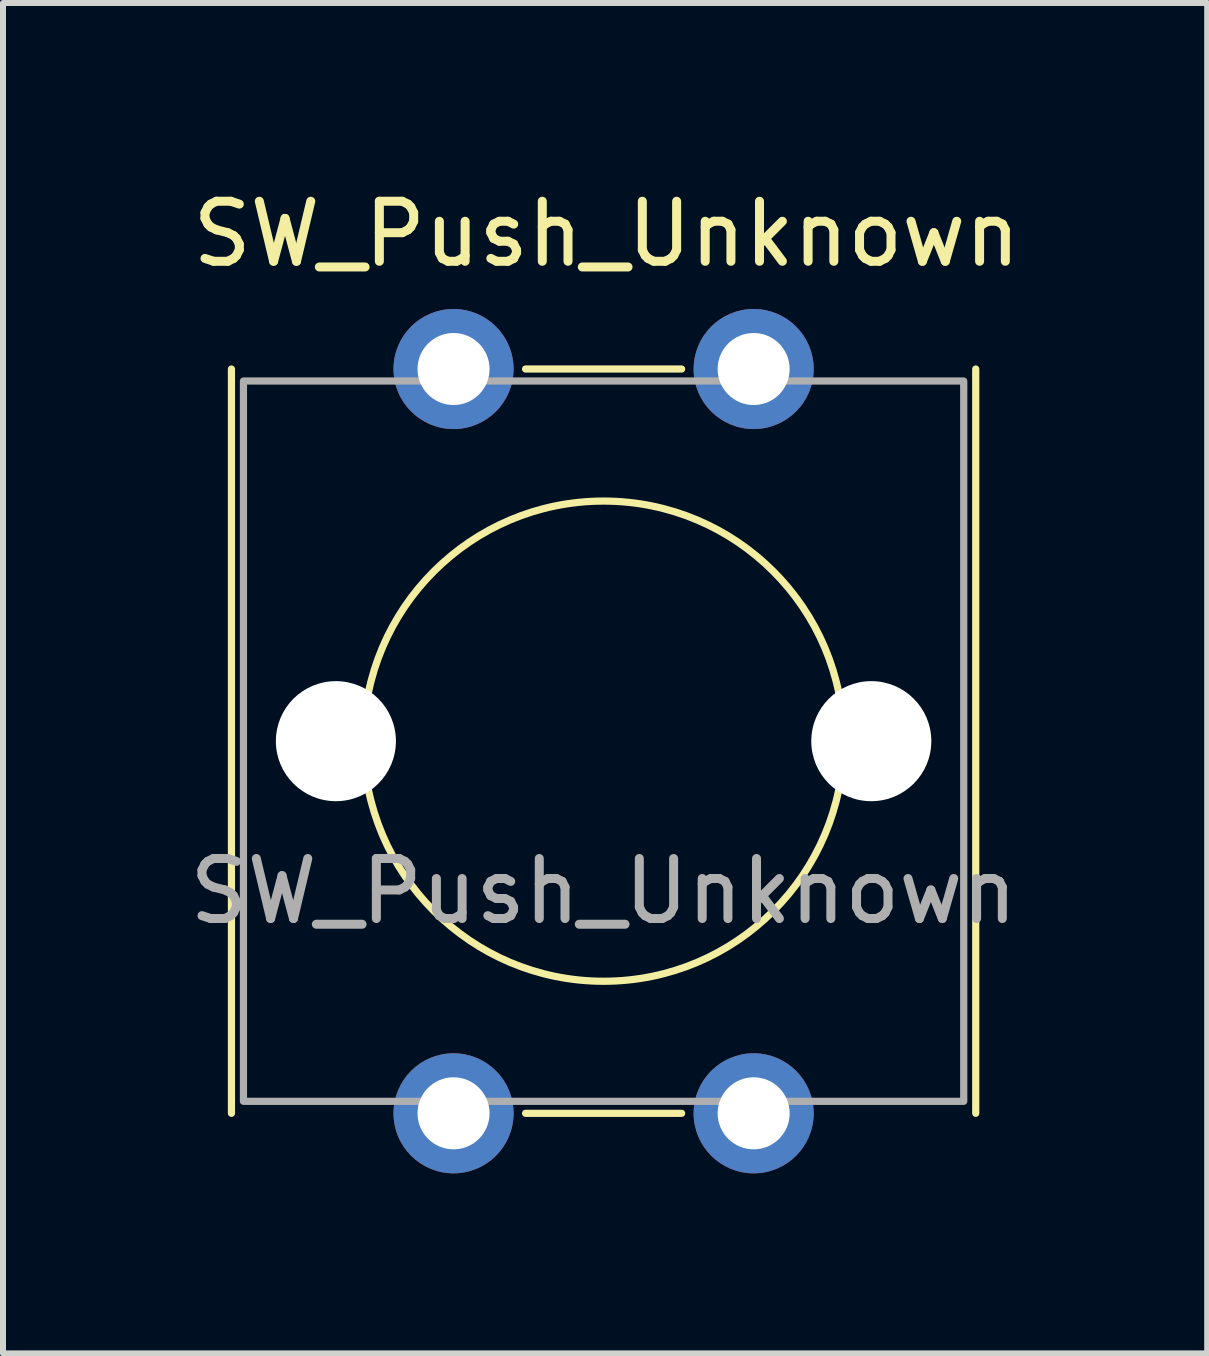
<source format=kicad_pcb>
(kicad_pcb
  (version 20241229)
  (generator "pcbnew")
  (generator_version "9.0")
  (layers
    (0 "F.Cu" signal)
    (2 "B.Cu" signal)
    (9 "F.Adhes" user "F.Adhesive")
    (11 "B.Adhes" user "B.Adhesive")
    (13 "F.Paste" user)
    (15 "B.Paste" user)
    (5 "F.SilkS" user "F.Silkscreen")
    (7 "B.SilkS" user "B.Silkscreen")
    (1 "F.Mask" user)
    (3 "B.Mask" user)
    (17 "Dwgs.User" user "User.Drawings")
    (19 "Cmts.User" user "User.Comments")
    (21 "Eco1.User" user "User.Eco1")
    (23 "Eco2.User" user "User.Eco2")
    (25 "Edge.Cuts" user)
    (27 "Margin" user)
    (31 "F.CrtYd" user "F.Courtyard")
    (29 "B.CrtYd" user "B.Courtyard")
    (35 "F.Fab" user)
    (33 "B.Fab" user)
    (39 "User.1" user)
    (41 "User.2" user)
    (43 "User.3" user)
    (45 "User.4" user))
  (footprint "SW_Push_Unknown"
    (layer "F.Cu")
    (at 7.006 9.298)
    (property "Reference" "SW_Push_Unknown" (at 0.05 -8.45 0) (unlocked yes) (layer "F.SilkS") (effects (font (size 1 1) (thickness 0.15))))
    (attr through_hole)
    (fp_line (start -6.2 -6.2) (end -6.2 6.2) (stroke (width 0.12) (type solid)) (layer "F.SilkS"))
    (fp_line (start -1.3 -6.2) (end 1.3 -6.2) (stroke (width 0.12) (type solid)) (layer "F.SilkS"))
    (fp_line (start -1.3 6.2) (end 1.3 6.2) (stroke (width 0.12) (type solid)) (layer "F.SilkS"))
    (fp_line (start 6.2 -6.2) (end 6.2 6.2) (stroke (width 0.12) (type solid)) (layer "F.SilkS"))
    (fp_circle (center 0 0) (end 4 0) (stroke (width 0.12) (type solid)) (fill no) (layer "F.SilkS"))
    (fp_rect (start -6 -6) (end 6 6) (stroke (width 0.12) (type solid)) (fill no) (layer "F.Fab"))
    (fp_text user "${REFERENCE}" (at 0 2.5 0) (unlocked yes) (layer "F.Fab") (effects (font (size 1 1) (thickness 0.15))))
    (pad "" np_thru_hole circle (at -4.46 0) (size 2 2) (drill 2) (layers "*.Cu" "*.Mask"))
    (pad "" np_thru_hole circle (at 4.46 0) (size 2 2) (drill 2) (layers "*.Cu" "*.Mask"))
    (pad "1" thru_hole circle (at -2.5 -6.2) (size 2 2) (drill 1.2) (layers "*.Cu" "*.Mask"))
    (pad "1" thru_hole circle (at -2.5 6.2) (size 2 2) (drill 1.2) (layers "*.Cu" "*.Mask"))
    (pad "2" thru_hole circle (at 2.5 -6.2) (size 2 2) (drill 1.2) (layers "*.Cu" "*.Mask"))
    (pad "2" thru_hole circle (at 2.5 6.2) (size 2 2) (drill 1.2) (layers "*.Cu" "*.Mask")))
  (gr_rect
    (start -3 -3)
    (end 17.062 19.498)
    (stroke (width 0.1) (type default))
    (fill no)
    (layer "Edge.Cuts")))
</source>
